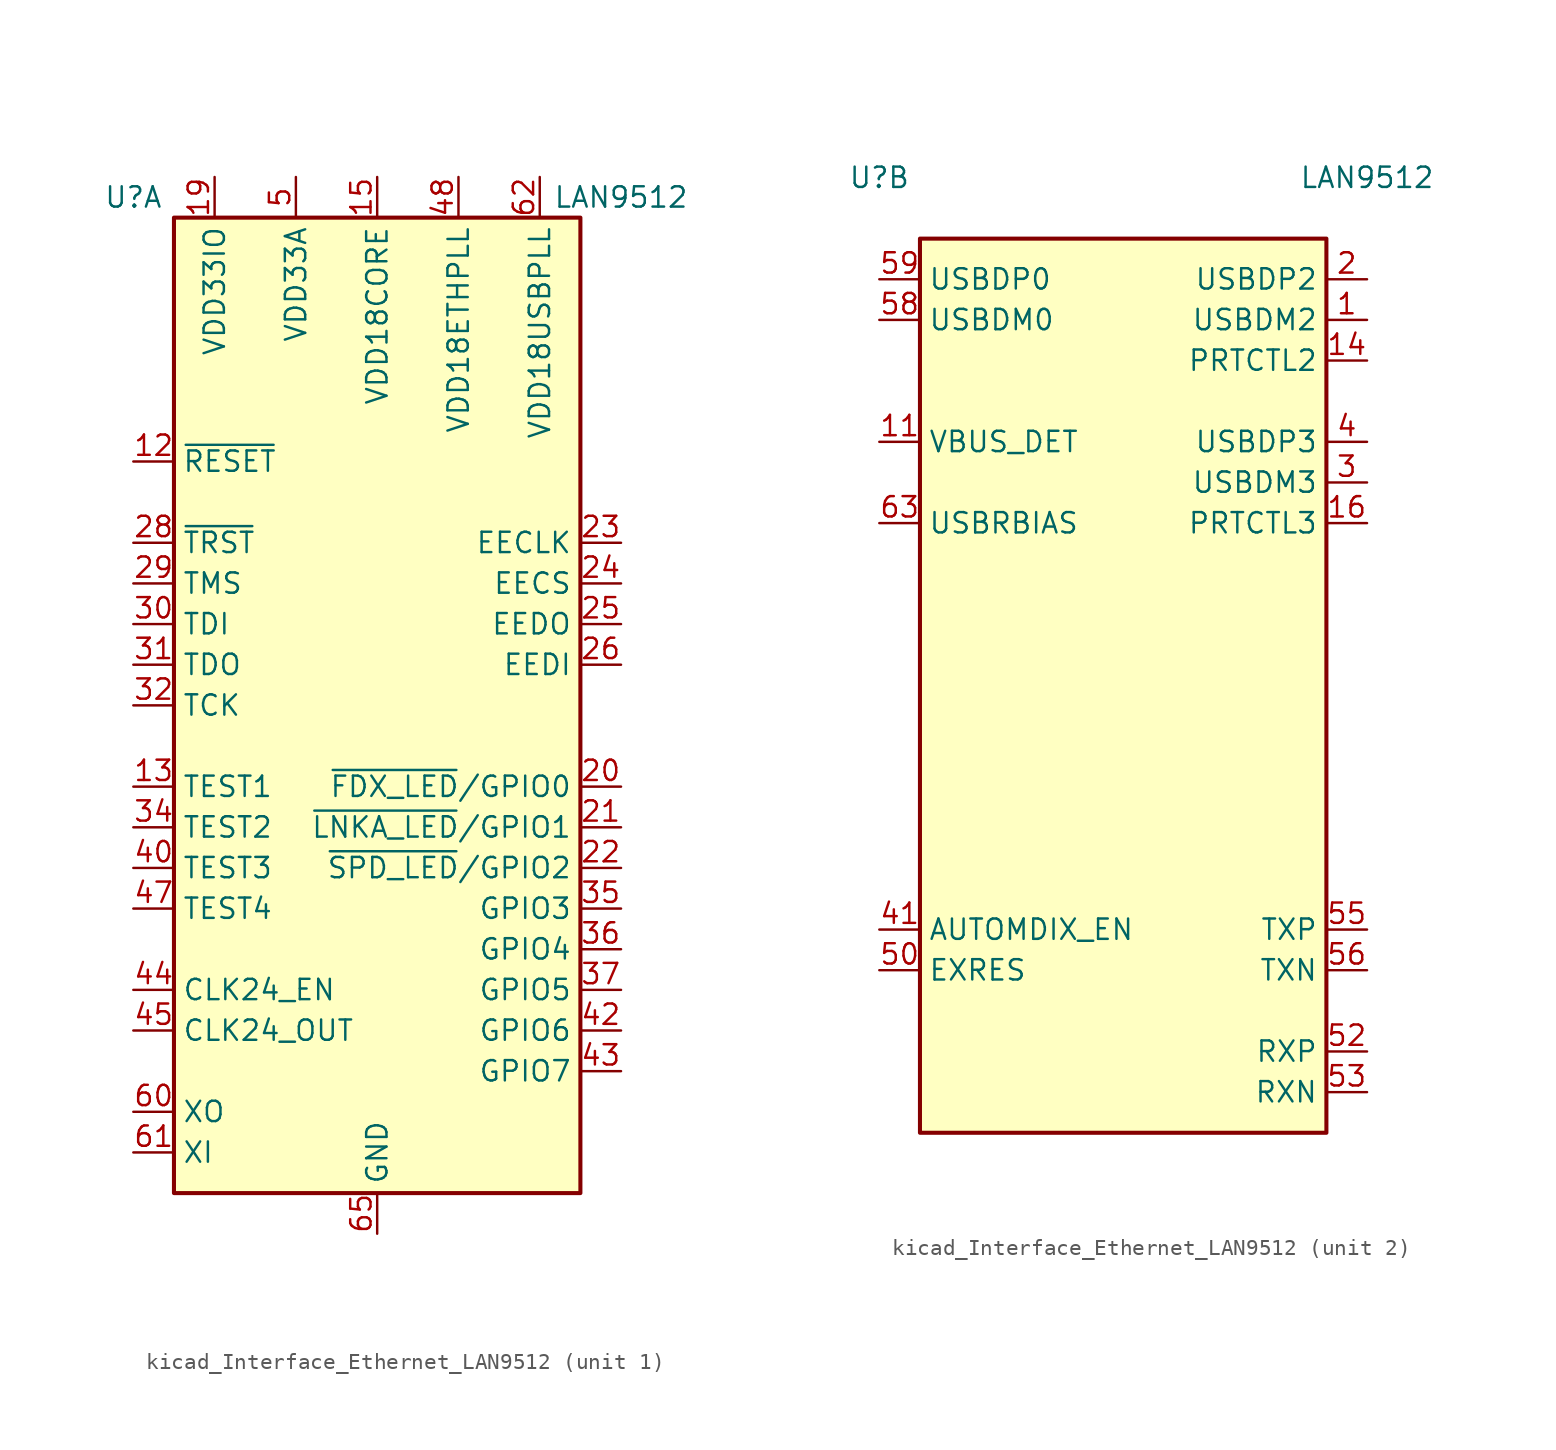
<source format=kicad_sym>
(kicad_symbol_lib
  (version 20220914)
  (generator kicad_symbol_editor)
  (symbol "kicad_Interface_Ethernet_LAN9512"
    (property "Reference" "U"
      (at -15.24 31.75 0)
      (effects (font (size 1.27 1.27))))
    (property "Value" "LAN9512"
      (at 15.24 31.75 0)
      (effects (font (size 1.27 1.27))))
    (property "ki_locked" ""
      (at 0 0 0)
      (effects (font (size 1.27 1.27))))
    (symbol "kicad_Interface_Ethernet_LAN9512_1_1"
      (rectangle (start -12.7 30.48) (end 12.7 -30.48) (stroke (width 0.254) (type default)) (fill (type background)))
      (pin passive line (at -5.08 33.02 270) (length 2.54) hide (name "VDD33A" (effects (font (size 1.27 1.27)))) (number "10" (effects (font (size 1.27 1.27)))))
      (pin input line (at -15.24 15.24 0) (length 2.54) (name "~{RESET}" (effects (font (size 1.27 1.27)))) (number "12" (effects (font (size 1.27 1.27)))))
      (pin input line (at -15.24 -5.08 0) (length 2.54) (name "TEST1" (effects (font (size 1.27 1.27)))) (number "13" (effects (font (size 1.27 1.27)))))
      (pin power_in line (at 0 33.02 270) (length 2.54) (name "VDD18CORE" (effects (font (size 1.27 1.27)))) (number "15" (effects (font (size 1.27 1.27)))))
      (pin power_in line (at -10.16 33.02 270) (length 2.54) (name "VDD33IO" (effects (font (size 1.27 1.27)))) (number "19" (effects (font (size 1.27 1.27)))))
      (pin bidirectional line (at 15.24 -5.08 180) (length 2.54) (name "~{FDX_LED}/GPIO0" (effects (font (size 1.27 1.27)))) (number "20" (effects (font (size 1.27 1.27)))))
      (pin bidirectional line (at 15.24 -7.62 180) (length 2.54) (name "~{LNKA_LED}/GPIO1" (effects (font (size 1.27 1.27)))) (number "21" (effects (font (size 1.27 1.27)))))
      (pin bidirectional line (at 15.24 -10.16 180) (length 2.54) (name "~{SPD_LED}/GPIO2" (effects (font (size 1.27 1.27)))) (number "22" (effects (font (size 1.27 1.27)))))
      (pin output line (at 15.24 10.16 180) (length 2.54) (name "EECLK" (effects (font (size 1.27 1.27)))) (number "23" (effects (font (size 1.27 1.27)))))
      (pin output line (at 15.24 7.62 180) (length 2.54) (name "EECS" (effects (font (size 1.27 1.27)))) (number "24" (effects (font (size 1.27 1.27)))))
      (pin output line (at 15.24 5.08 180) (length 2.54) (name "EEDO" (effects (font (size 1.27 1.27)))) (number "25" (effects (font (size 1.27 1.27)))))
      (pin input line (at 15.24 2.54 180) (length 2.54) (name "EEDI" (effects (font (size 1.27 1.27)))) (number "26" (effects (font (size 1.27 1.27)))))
      (pin passive line (at -10.16 33.02 270) (length 2.54) hide (name "VDD33IO" (effects (font (size 1.27 1.27)))) (number "27" (effects (font (size 1.27 1.27)))))
      (pin input line (at -15.24 10.16 0) (length 2.54) (name "~{TRST}" (effects (font (size 1.27 1.27)))) (number "28" (effects (font (size 1.27 1.27)))))
      (pin input line (at -15.24 7.62 0) (length 2.54) (name "TMS" (effects (font (size 1.27 1.27)))) (number "29" (effects (font (size 1.27 1.27)))))
      (pin input line (at -15.24 5.08 0) (length 2.54) (name "TDI" (effects (font (size 1.27 1.27)))) (number "30" (effects (font (size 1.27 1.27)))))
      (pin output line (at -15.24 2.54 0) (length 2.54) (name "TDO" (effects (font (size 1.27 1.27)))) (number "31" (effects (font (size 1.27 1.27)))))
      (pin input line (at -15.24 0 0) (length 2.54) (name "TCK" (effects (font (size 1.27 1.27)))) (number "32" (effects (font (size 1.27 1.27)))))
      (pin passive line (at -10.16 33.02 270) (length 2.54) hide (name "VDD33IO" (effects (font (size 1.27 1.27)))) (number "33" (effects (font (size 1.27 1.27)))))
      (pin input line (at -15.24 -7.62 0) (length 2.54) (name "TEST2" (effects (font (size 1.27 1.27)))) (number "34" (effects (font (size 1.27 1.27)))))
      (pin bidirectional line (at 15.24 -12.7 180) (length 2.54) (name "GPIO3" (effects (font (size 1.27 1.27)))) (number "35" (effects (font (size 1.27 1.27)))))
      (pin bidirectional line (at 15.24 -15.24 180) (length 2.54) (name "GPIO4" (effects (font (size 1.27 1.27)))) (number "36" (effects (font (size 1.27 1.27)))))
      (pin bidirectional line (at 15.24 -17.78 180) (length 2.54) (name "GPIO5" (effects (font (size 1.27 1.27)))) (number "37" (effects (font (size 1.27 1.27)))))
      (pin passive line (at 0 33.02 270) (length 2.54) hide (name "VDD18CORE" (effects (font (size 1.27 1.27)))) (number "38" (effects (font (size 1.27 1.27)))))
      (pin passive line (at -10.16 33.02 270) (length 2.54) hide (name "VDD33IO" (effects (font (size 1.27 1.27)))) (number "39" (effects (font (size 1.27 1.27)))))
      (pin input line (at -15.24 -10.16 0) (length 2.54) (name "TEST3" (effects (font (size 1.27 1.27)))) (number "40" (effects (font (size 1.27 1.27)))))
      (pin bidirectional line (at 15.24 -20.32 180) (length 2.54) (name "GPIO6" (effects (font (size 1.27 1.27)))) (number "42" (effects (font (size 1.27 1.27)))))
      (pin bidirectional line (at 15.24 -22.86 180) (length 2.54) (name "GPIO7" (effects (font (size 1.27 1.27)))) (number "43" (effects (font (size 1.27 1.27)))))
      (pin input line (at -15.24 -17.78 0) (length 2.54) (name "CLK24_EN" (effects (font (size 1.27 1.27)))) (number "44" (effects (font (size 1.27 1.27)))))
      (pin output line (at -15.24 -20.32 0) (length 2.54) (name "CLK24_OUT" (effects (font (size 1.27 1.27)))) (number "45" (effects (font (size 1.27 1.27)))))
      (pin passive line (at -10.16 33.02 270) (length 2.54) hide (name "VDD33IO" (effects (font (size 1.27 1.27)))) (number "46" (effects (font (size 1.27 1.27)))))
      (pin input line (at -15.24 -12.7 0) (length 2.54) (name "TEST4" (effects (font (size 1.27 1.27)))) (number "47" (effects (font (size 1.27 1.27)))))
      (pin power_in line (at 5.08 33.02 270) (length 2.54) (name "VDD18ETHPLL" (effects (font (size 1.27 1.27)))) (number "48" (effects (font (size 1.27 1.27)))))
      (pin passive line (at -5.08 33.02 270) (length 2.54) hide (name "VDD33A" (effects (font (size 1.27 1.27)))) (number "49" (effects (font (size 1.27 1.27)))))
      (pin power_in line (at -5.08 33.02 270) (length 2.54) (name "VDD33A" (effects (font (size 1.27 1.27)))) (number "5" (effects (font (size 1.27 1.27)))))
      (pin passive line (at -5.08 33.02 270) (length 2.54) hide (name "VDD33A" (effects (font (size 1.27 1.27)))) (number "51" (effects (font (size 1.27 1.27)))))
      (pin passive line (at -5.08 33.02 270) (length 2.54) hide (name "VDD33A" (effects (font (size 1.27 1.27)))) (number "54" (effects (font (size 1.27 1.27)))))
      (pin passive line (at -5.08 33.02 270) (length 2.54) hide (name "VDD33A" (effects (font (size 1.27 1.27)))) (number "57" (effects (font (size 1.27 1.27)))))
      (pin input line (at -15.24 -25.4 0) (length 2.54) (name "XO" (effects (font (size 1.27 1.27)))) (number "60" (effects (font (size 1.27 1.27)))))
      (pin input line (at -15.24 -27.94 0) (length 2.54) (name "XI" (effects (font (size 1.27 1.27)))) (number "61" (effects (font (size 1.27 1.27)))))
      (pin power_in line (at 10.16 33.02 270) (length 2.54) (name "VDD18USBPLL" (effects (font (size 1.27 1.27)))) (number "62" (effects (font (size 1.27 1.27)))))
      (pin passive line (at -5.08 33.02 270) (length 2.54) hide (name "VDD33A" (effects (font (size 1.27 1.27)))) (number "64" (effects (font (size 1.27 1.27)))))
      (pin power_in line (at 0 -33.02 90) (length 2.54) (name "GND" (effects (font (size 1.27 1.27)))) (number "65" (effects (font (size 1.27 1.27))))))
    (symbol "kicad_Interface_Ethernet_LAN9512_2_1"
      (rectangle (start 12.7 -27.94) (end -12.7 27.94) (stroke (width 0.254) (type default)) (fill (type background)))
      (pin bidirectional line (at 15.24 22.86 180) (length 2.54) (name "USBDM2" (effects (font (size 1.27 1.27)))) (number "1" (effects (font (size 1.27 1.27)))))
      (pin input line (at -15.24 15.24 0) (length 2.54) (name "VBUS_DET" (effects (font (size 1.27 1.27)))) (number "11" (effects (font (size 1.27 1.27)))))
      (pin bidirectional line (at 15.24 20.32 180) (length 2.54) (name "PRTCTL2" (effects (font (size 1.27 1.27)))) (number "14" (effects (font (size 1.27 1.27)))))
      (pin bidirectional line (at 15.24 10.16 180) (length 2.54) (name "PRTCTL3" (effects (font (size 1.27 1.27)))) (number "16" (effects (font (size 1.27 1.27)))))
      (pin no_connect line (at 12.7 0 180) (length 2.54) hide (name "NC" (effects (font (size 1.27 1.27)))) (number "17" (effects (font (size 1.27 1.27)))))
      (pin no_connect line (at 12.7 -10.16 180) (length 2.54) hide (name "NC" (effects (font (size 1.27 1.27)))) (number "18" (effects (font (size 1.27 1.27)))))
      (pin bidirectional line (at 15.24 25.4 180) (length 2.54) (name "USBDP2" (effects (font (size 1.27 1.27)))) (number "2" (effects (font (size 1.27 1.27)))))
      (pin bidirectional line (at 15.24 12.7 180) (length 2.54) (name "USBDM3" (effects (font (size 1.27 1.27)))) (number "3" (effects (font (size 1.27 1.27)))))
      (pin bidirectional line (at 15.24 15.24 180) (length 2.54) (name "USBDP3" (effects (font (size 1.27 1.27)))) (number "4" (effects (font (size 1.27 1.27)))))
      (pin input line (at -15.24 -15.24 0) (length 2.54) (name "AUTOMDIX_EN" (effects (font (size 1.27 1.27)))) (number "41" (effects (font (size 1.27 1.27)))))
      (pin input line (at -15.24 -17.78 0) (length 2.54) (name "EXRES" (effects (font (size 1.27 1.27)))) (number "50" (effects (font (size 1.27 1.27)))))
      (pin input line (at 15.24 -22.86 180) (length 2.54) (name "RXP" (effects (font (size 1.27 1.27)))) (number "52" (effects (font (size 1.27 1.27)))))
      (pin input line (at 15.24 -25.4 180) (length 2.54) (name "RXN" (effects (font (size 1.27 1.27)))) (number "53" (effects (font (size 1.27 1.27)))))
      (pin output line (at 15.24 -15.24 180) (length 2.54) (name "TXP" (effects (font (size 1.27 1.27)))) (number "55" (effects (font (size 1.27 1.27)))))
      (pin output line (at 15.24 -17.78 180) (length 2.54) (name "TXN" (effects (font (size 1.27 1.27)))) (number "56" (effects (font (size 1.27 1.27)))))
      (pin bidirectional line (at -15.24 22.86 0) (length 2.54) (name "USBDM0" (effects (font (size 1.27 1.27)))) (number "58" (effects (font (size 1.27 1.27)))))
      (pin bidirectional line (at -15.24 25.4 0) (length 2.54) (name "USBDP0" (effects (font (size 1.27 1.27)))) (number "59" (effects (font (size 1.27 1.27)))))
      (pin no_connect line (at 12.7 2.54 180) (length 2.54) hide (name "NC" (effects (font (size 1.27 1.27)))) (number "6" (effects (font (size 1.27 1.27)))))
      (pin input line (at -15.24 10.16 0) (length 2.54) (name "USBRBIAS" (effects (font (size 1.27 1.27)))) (number "63" (effects (font (size 1.27 1.27)))))
      (pin no_connect line (at 12.7 5.08 180) (length 2.54) hide (name "NC" (effects (font (size 1.27 1.27)))) (number "7" (effects (font (size 1.27 1.27)))))
      (pin no_connect line (at 12.7 -7.62 180) (length 2.54) hide (name "NC" (effects (font (size 1.27 1.27)))) (number "8" (effects (font (size 1.27 1.27)))))
      (pin no_connect line (at 12.7 -5.08 180) (length 2.54) hide (name "NC" (effects (font (size 1.27 1.27)))) (number "9" (effects (font (size 1.27 1.27))))))))
</source>
